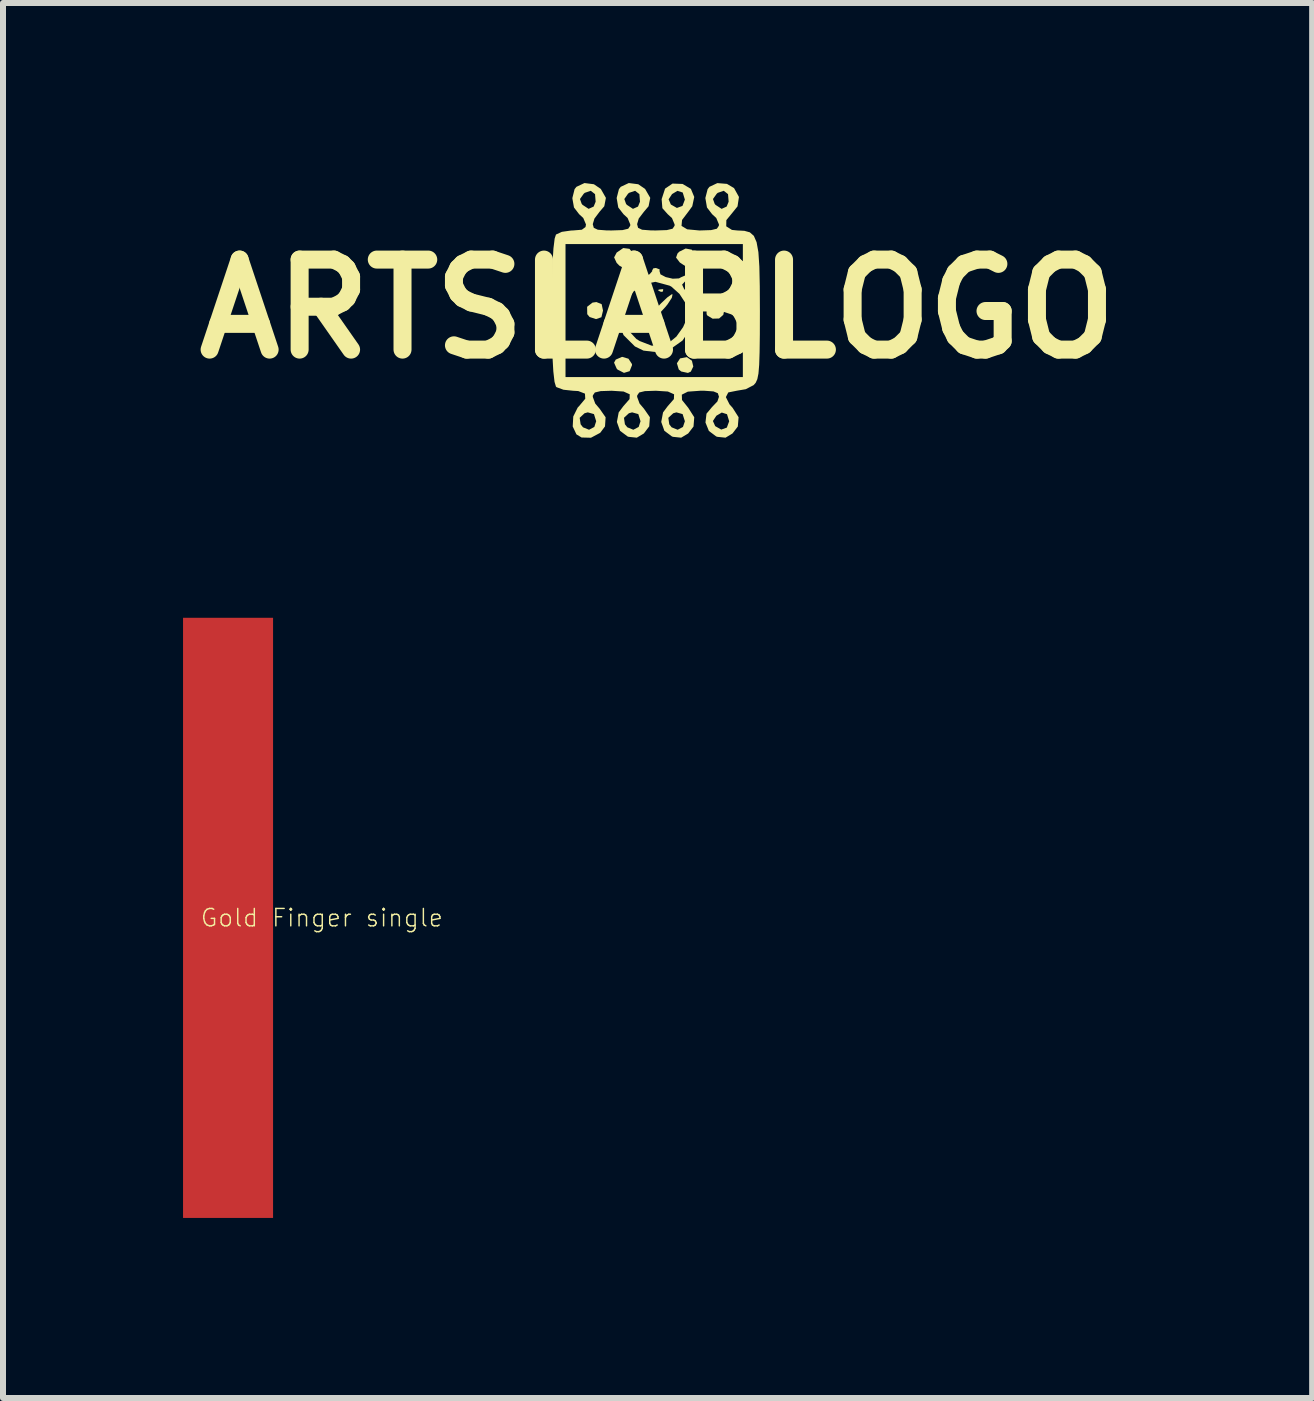
<source format=kicad_pcb>
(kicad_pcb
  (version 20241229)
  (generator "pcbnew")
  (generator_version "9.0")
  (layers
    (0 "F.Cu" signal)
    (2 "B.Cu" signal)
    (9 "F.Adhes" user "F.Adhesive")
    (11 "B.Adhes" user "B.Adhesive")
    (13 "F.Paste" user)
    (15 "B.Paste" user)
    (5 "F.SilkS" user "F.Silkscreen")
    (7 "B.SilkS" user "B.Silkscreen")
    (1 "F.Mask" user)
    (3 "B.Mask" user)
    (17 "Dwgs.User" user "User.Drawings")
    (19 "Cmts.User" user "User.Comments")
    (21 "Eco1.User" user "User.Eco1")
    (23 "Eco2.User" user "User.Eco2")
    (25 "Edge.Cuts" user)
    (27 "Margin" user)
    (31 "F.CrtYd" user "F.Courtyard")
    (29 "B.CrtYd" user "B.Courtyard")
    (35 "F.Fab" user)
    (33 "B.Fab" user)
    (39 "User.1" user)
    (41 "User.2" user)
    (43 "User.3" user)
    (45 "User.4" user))
  (footprint "Gold Finger single"
    (layer "F.Cu")
    (at 0.75 12.244)
    (property "Reference" "Gold Finger single" (at -0.476 0 0) (layer "F.SilkS") (effects (font (size 0.29 0.29) (thickness 0.024)) (justify left)))
    (attr through_hole)
    (pad "1" smd rect (at 0 0) (size 1.5 10) (layers "F.Cu" "F.Mask" "F.Paste")))
  (footprint "ARTSLABLOGO"
    (layer "F.Cu")
    (at 7.907 2.097)
    (property "Reference" "ARTSLABLOGO" (at 0 0 0) (layer "F.SilkS") (effects (font (size 1.5 1.5) (thickness 0.3))))
    (attr board_only exclude_from_pos_files exclude_from_bom)
    (fp_poly (pts (xy 0.095 -0.322) (xy 0.087 -0.288) (xy 0.057 -0.284) (xy 0.01 -0.305) (xy 0.019 -0.322) (xy 0.086 -0.329)) (stroke (width 0) (type solid)) (fill yes) (layer "F.SilkS"))
    (fp_poly (pts (xy -0.932 -0.079) (xy -0.909 0.028) (xy -0.936 0.139) (xy -1.025 0.17) (xy -1.133 0.135) (xy -1.172 0.088) (xy -1.174 -0.035) (xy -1.084 -0.105) (xy -1.019 -0.114)) (stroke (width 0) (type solid)) (fill yes) (layer "F.SilkS"))
    (fp_poly (pts (xy -0.485 0.83) (xy -0.427 0.919) (xy -0.426 0.938) (xy -0.466 1.038) (xy -0.56 1.066) (xy -0.666 1.012) (xy -0.682 0.994) (xy -0.725 0.896) (xy -0.697 0.845) (xy -0.591 0.799)) (stroke (width 0) (type solid)) (fill yes) (layer "F.SilkS"))
    (fp_poly (pts (xy 0.49 0.805) (xy 0.572 0.863) (xy 0.595 0.96) (xy 0.554 1.045) (xy 0.506 1.067) (xy 0.394 1.043) (xy 0.353 1.009) (xy 0.322 0.906) (xy 0.375 0.825) (xy 0.487 0.804)) (stroke (width 0) (type solid)) (fill yes) (layer "F.SilkS"))
    (fp_poly (pts (xy 1.072 -0.069) (xy 1.107 0.042) (xy 1.095 0.099) (xy 1.025 0.16) (xy 0.917 0.163) (xy 0.829 0.11) (xy 0.817 0.088) (xy 0.815 -0.035) (xy 0.904 -0.106) (xy 0.963 -0.114)) (stroke (width 0) (type solid)) (fill yes) (layer "F.SilkS"))
    (fp_poly (pts (xy -0.468 -1.001) (xy -0.418 -0.937) (xy -0.424 -0.833) (xy -0.485 -0.729) (xy -0.568 -0.682) (xy -0.568 -0.682) (xy -0.636 -0.72) (xy -0.682 -0.767) (xy -0.724 -0.858) (xy -0.682 -0.938) (xy -0.572 -1.014)) (stroke (width 0) (type solid)) (fill yes) (layer "F.SilkS"))
    (fp_poly (pts (xy 0.571 -0.986) (xy 0.624 -0.904) (xy 0.625 -0.89) (xy 0.585 -0.787) (xy 0.546 -0.744) (xy 0.463 -0.712) (xy 0.371 -0.773) (xy 0.308 -0.855) (xy 0.332 -0.923) (xy 0.361 -0.953) (xy 0.468 -1.006)) (stroke (width 0) (type solid)) (fill yes) (layer "F.SilkS"))
    (fp_poly (pts (xy 0.237 -0.184) (xy 0.166 -0.076) (xy 0.133 -0.035) (xy 0.008 0.101) (xy -0.097 0.189) (xy -0.161 0.213) (xy -0.17 0.194) (xy -0.136 0.128) (xy -0.051 0.023) (xy 0.058 -0.093) (xy 0.162 -0.191) (xy 0.235 -0.243) (xy 0.25 -0.243)) (stroke (width 0) (type solid)) (fill yes) (layer "F.SilkS"))
    (fp_poly (pts (xy 0.035 -0.658) (xy 0.032 -0.631) (xy 0.048 -0.576) (xy 0.136 -0.53) (xy 0.253 -0.503) (xy 0.356 -0.508) (xy 0.391 -0.527) (xy 0.467 -0.56) (xy 0.495 -0.547) (xy 0.492 -0.488) (xy 0.455 -0.455) (xy 0.409 -0.405) (xy 0.441 -0.334) (xy 0.485 -0.282) (xy 0.576 -0.101) (xy 0.597 0.09) (xy 0.547 0.333) (xy 0.415 0.528) (xy 0.224 0.663) (xy -0.000285 0.723) (xy -0.235 0.695) (xy -0.377 0.626) (xy -0.567 0.437) (xy -0.663 0.195) (xy -0.663 0.13) (xy -0.572 0.13) (xy -0.509 0.334) (xy -0.353 0.502) (xy -0.297 0.536) (xy -0.098 0.613) (xy 0.084 0.602) (xy 0.193 0.56) (xy 0.313 0.462) (xy 0.425 0.304) (xy 0.499 0.137) (xy 0.511 0.06) (xy 0.469 -0.091) (xy 0.364 -0.251) (xy 0.231 -0.37) (xy 0.2 -0.387) (xy -0.036 -0.451) (xy -0.242 -0.408) (xy -0.402 -0.288) (xy -0.537 -0.087) (xy -0.572 0.13) (xy -0.663 0.13) (xy -0.663 -0.036) (xy -0.581 -0.274) (xy -0.417 -0.441) (xy -0.251 -0.521) (xy -0.134 -0.577) (xy -0.089 -0.628) (xy -0.092 -0.635) (xy -0.072 -0.675) (xy -0.028 -0.682)) (stroke (width 0) (type solid)) (fill yes) (layer "F.SilkS"))
    (fp_poly (pts (xy -0.322 -2.077) (xy -0.208 -1.999) (xy -0.122 -1.85) (xy -0.15 -1.71) (xy -0.227 -1.619) (xy -0.314 -1.505) (xy -0.341 -1.412) (xy -0.325 -1.351) (xy -0.258 -1.319) (xy -0.115 -1.308) (xy -0.028 -1.307) (xy 0.154 -1.313) (xy 0.25 -1.336) (xy 0.283 -1.385) (xy 0.284 -1.407) (xy 0.24 -1.513) (xy 0.167 -1.58) (xy 0.08 -1.678) (xy 0.068 -1.826) (xy 0.184 -1.826) (xy 0.22 -1.742) (xy 0.222 -1.739) (xy 0.322 -1.682) (xy 0.415 -1.716) (xy 0.455 -1.821) (xy 0.419 -1.939) (xy 0.331 -1.967) (xy 0.241 -1.913) (xy 0.184 -1.826) (xy 0.068 -1.826) (xy 0.068 -1.829) (xy 0.125 -2.004) (xy 0.249 -2.088) (xy 0.417 -2.082) (xy 0.555 -2) (xy 0.611 -1.865) (xy 0.578 -1.71) (xy 0.518 -1.627) (xy 0.408 -1.482) (xy 0.399 -1.383) (xy 0.493 -1.326) (xy 0.693 -1.307) (xy 0.71 -1.307) (xy 0.893 -1.313) (xy 0.988 -1.336) (xy 1.021 -1.385) (xy 1.023 -1.407) (xy 0.978 -1.514) (xy 0.909 -1.578) (xy 0.823 -1.69) (xy 0.799 -1.831) (xy 0.923 -1.831) (xy 0.951 -1.752) (xy 0.965 -1.734) (xy 1.067 -1.667) (xy 1.151 -1.705) (xy 1.184 -1.786) (xy 1.174 -1.912) (xy 1.103 -1.968) (xy 1.003 -1.934) (xy 0.985 -1.918) (xy 0.923 -1.831) (xy 0.799 -1.831) (xy 0.796 -1.847) (xy 0.834 -1.995) (xy 0.864 -2.034) (xy 0.996 -2.096) (xy 1.156 -2.083) (xy 1.274 -2.013) (xy 1.356 -1.865) (xy 1.332 -1.708) (xy 1.25 -1.606) (xy 1.146 -1.479) (xy 1.144 -1.376) (xy 1.239 -1.316) (xy 1.327 -1.307) (xy 1.446 -1.301) (xy 1.537 -1.276) (xy 1.604 -1.217) (xy 1.65 -1.111) (xy 1.68 -0.945) (xy 1.696 -0.705) (xy 1.703 -0.378) (xy 1.705 0.038) (xy 1.704 0.429) (xy 1.7 0.722) (xy 1.693 0.933) (xy 1.681 1.077) (xy 1.662 1.171) (xy 1.635 1.231) (xy 1.601 1.27) (xy 1.47 1.338) (xy 1.317 1.364) (xy 1.178 1.392) (xy 1.138 1.47) (xy 1.199 1.591) (xy 1.25 1.648) (xy 1.35 1.805) (xy 1.337 1.96) (xy 1.248 2.076) (xy 1.132 2.146) (xy 0.998 2.132) (xy 0.978 2.126) (xy 0.855 2.034) (xy 0.798 1.893) (xy 0.801 1.868) (xy 0.922 1.868) (xy 0.959 1.951) (xy 0.961 1.954) (xy 1.061 2.011) (xy 1.154 1.978) (xy 1.193 1.872) (xy 1.157 1.755) (xy 1.07 1.727) (xy 0.98 1.78) (xy 0.922 1.868) (xy 0.801 1.868) (xy 0.815 1.746) (xy 0.906 1.637) (xy 0.997 1.542) (xy 1.023 1.464) (xy 1.004 1.405) (xy 0.932 1.375) (xy 0.78 1.364) (xy 0.71 1.364) (xy 0.504 1.379) (xy 0.404 1.429) (xy 0.407 1.518) (xy 0.511 1.648) (xy 0.611 1.805) (xy 0.599 1.96) (xy 0.51 2.076) (xy 0.393 2.146) (xy 0.259 2.132) (xy 0.24 2.126) (xy 0.113 2.031) (xy 0.061 1.884) (xy 0.074 1.815) (xy 0.179 1.815) (xy 0.195 1.923) (xy 0.234 1.973) (xy 0.335 2.014) (xy 0.423 1.967) (xy 0.455 1.872) (xy 0.417 1.753) (xy 0.314 1.724) (xy 0.261 1.739) (xy 0.179 1.815) (xy 0.074 1.815) (xy 0.091 1.725) (xy 0.168 1.622) (xy 0.272 1.503) (xy 0.275 1.423) (xy 0.172 1.377) (xy -0.028 1.364) (xy -0.211 1.37) (xy -0.306 1.393) (xy -0.339 1.441) (xy -0.341 1.465) (xy -0.3 1.577) (xy -0.227 1.663) (xy -0.128 1.805) (xy -0.139 1.957) (xy -0.229 2.076) (xy -0.346 2.146) (xy -0.48 2.132) (xy -0.499 2.126) (xy -0.626 2.031) (xy -0.678 1.884) (xy -0.665 1.815) (xy -0.56 1.815) (xy -0.544 1.923) (xy -0.504 1.973) (xy -0.404 2.014) (xy -0.315 1.967) (xy -0.284 1.872) (xy -0.321 1.753) (xy -0.424 1.724) (xy -0.478 1.739) (xy -0.56 1.815) (xy -0.665 1.815) (xy -0.648 1.725) (xy -0.571 1.622) (xy -0.467 1.503) (xy -0.464 1.423) (xy -0.566 1.377) (xy -0.767 1.364) (xy -0.95 1.37) (xy -1.045 1.393) (xy -1.078 1.441) (xy -1.08 1.465) (xy -1.039 1.577) (xy -0.966 1.663) (xy -0.866 1.806) (xy -0.876 1.958) (xy -0.956 2.065) (xy -1.11 2.147) (xy -1.266 2.143) (xy -1.352 2.091) (xy -1.414 1.959) (xy -1.406 1.815) (xy -1.298 1.815) (xy -1.282 1.923) (xy -1.243 1.973) (xy -1.142 2.014) (xy -1.054 1.967) (xy -1.023 1.872) (xy -1.06 1.753) (xy -1.163 1.724) (xy -1.217 1.739) (xy -1.298 1.815) (xy -1.406 1.815) (xy -1.405 1.793) (xy -1.331 1.644) (xy -1.307 1.619) (xy -1.205 1.497) (xy -1.21 1.412) (xy -1.321 1.369) (xy -1.409 1.364) (xy -1.568 1.347) (xy -1.682 1.305) (xy -1.693 1.296) (xy -1.717 1.216) (xy -1.737 1.043) (xy -1.751 0.799) (xy -1.761 0.503) (xy -1.765 0.178) (xy -1.765 -0.157) (xy -1.76 -0.48) (xy -1.75 -0.771) (xy -1.735 -1.009) (xy -1.726 -1.08) (xy -1.534 -1.08) (xy -1.534 0.028) (xy -1.534 1.136) (xy -0.057 1.136) (xy 1.421 1.136) (xy 1.421 0.028) (xy 1.421 -1.08) (xy -0.057 -1.08) (xy -1.534 -1.08) (xy -1.726 -1.08) (xy -1.715 -1.172) (xy -1.693 -1.239) (xy -1.595 -1.284) (xy -1.44 -1.306) (xy -1.409 -1.307) (xy -1.262 -1.319) (xy -1.201 -1.364) (xy -1.193 -1.407) (xy -1.238 -1.514) (xy -1.307 -1.578) (xy -1.393 -1.69) (xy -1.418 -1.831) (xy -1.293 -1.831) (xy -1.265 -1.752) (xy -1.251 -1.734) (xy -1.149 -1.667) (xy -1.065 -1.705) (xy -1.032 -1.786) (xy -1.042 -1.912) (xy -1.113 -1.968) (xy -1.213 -1.934) (xy -1.231 -1.918) (xy -1.293 -1.831) (xy -1.418 -1.831) (xy -1.42 -1.847) (xy -1.383 -1.995) (xy -1.352 -2.034) (xy -1.218 -2.097) (xy -1.061 -2.077) (xy -0.946 -1.999) (xy -0.861 -1.85) (xy -0.888 -1.71) (xy -0.966 -1.619) (xy -1.052 -1.505) (xy -1.08 -1.412) (xy -1.063 -1.351) (xy -0.996 -1.319) (xy -0.853 -1.308) (xy -0.767 -1.307) (xy -0.584 -1.313) (xy -0.489 -1.336) (xy -0.456 -1.385) (xy -0.455 -1.407) (xy -0.499 -1.514) (xy -0.568 -1.578) (xy -0.655 -1.69) (xy -0.679 -1.831) (xy -0.554 -1.831) (xy -0.526 -1.752) (xy -0.512 -1.734) (xy -0.41 -1.667) (xy -0.326 -1.705) (xy -0.293 -1.786) (xy -0.303 -1.912) (xy -0.374 -1.968) (xy -0.475 -1.934) (xy -0.493 -1.918) (xy -0.554 -1.831) (xy -0.679 -1.831) (xy -0.682 -1.847) (xy -0.644 -1.995) (xy -0.614 -2.034) (xy -0.48 -2.097)) (stroke (width 0) (type solid)) (fill yes) (layer "F.SilkS")))
  (gr_rect
    (start -3 -3)
    (end 18.814 20.244)
    (stroke (width 0.1) (type default))
    (fill no)
    (layer "Edge.Cuts")))
</source>
